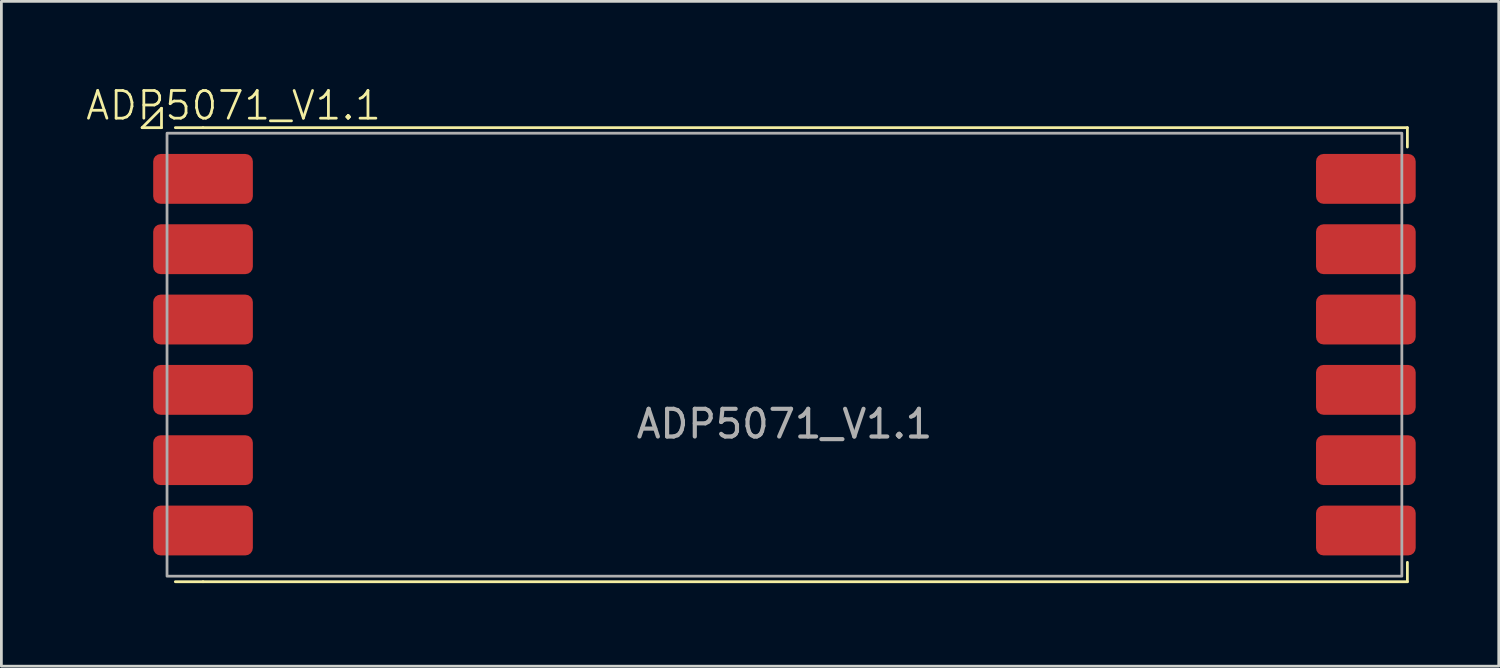
<source format=kicad_pcb>
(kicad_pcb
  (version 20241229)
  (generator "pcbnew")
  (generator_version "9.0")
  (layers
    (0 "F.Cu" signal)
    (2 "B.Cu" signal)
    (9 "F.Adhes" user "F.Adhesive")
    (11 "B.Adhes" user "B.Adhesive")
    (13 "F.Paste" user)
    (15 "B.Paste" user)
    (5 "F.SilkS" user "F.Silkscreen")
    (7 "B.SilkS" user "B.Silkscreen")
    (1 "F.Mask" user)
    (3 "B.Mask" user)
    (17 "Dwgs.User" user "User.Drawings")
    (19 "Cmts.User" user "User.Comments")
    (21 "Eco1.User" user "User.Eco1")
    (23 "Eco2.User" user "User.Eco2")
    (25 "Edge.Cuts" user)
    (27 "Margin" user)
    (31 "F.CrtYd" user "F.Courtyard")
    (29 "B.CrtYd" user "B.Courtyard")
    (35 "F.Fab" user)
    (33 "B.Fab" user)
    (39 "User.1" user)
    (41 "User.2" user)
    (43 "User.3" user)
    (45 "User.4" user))
  (footprint "ADP5071_V1.1"
    (layer "F.Cu")
    (at 25.283 9.761)
    (property "Reference" "ADP5071_V1.1" (at -19.9 -9 0) (unlocked yes) (layer "F.SilkS") (effects (font (size 1 1) (thickness 0.1))))
    (attr smd)
    (fp_line (start -23.2 -8.2) (end -22.5 -8.2) (stroke (width 0.1) (type default)) (layer "F.SilkS"))
    (fp_line (start -22.5 -8.9) (end -23.2 -8.2) (stroke (width 0.1) (type default)) (layer "F.SilkS"))
    (fp_line (start -22.5 -8.2) (end -22.5 -8.9) (stroke (width 0.1) (type default)) (layer "F.SilkS"))
    (fp_line (start -21 -8.2) (end -22 -8.2) (stroke (width 0.1) (type default)) (layer "F.SilkS"))
    (fp_line (start -21 -8.2) (end 22.5 -8.2) (stroke (width 0.1) (type default)) (layer "F.SilkS"))
    (fp_line (start -21 8.2) (end -22 8.2) (stroke (width 0.1) (type default)) (layer "F.SilkS"))
    (fp_line (start -21 8.2) (end 22.5 8.2) (stroke (width 0.1) (type default)) (layer "F.SilkS"))
    (fp_line (start 22.5 -8.2) (end 22.5 -7.5) (stroke (width 0.1) (type default)) (layer "F.SilkS"))
    (fp_line (start 22.5 7.5) (end 22.5 8.2) (stroke (width 0.1) (type default)) (layer "F.SilkS"))
    (fp_rect (start -22.3 -8) (end 22.3 8) (stroke (width 0.1) (type solid)) (fill no) (layer "F.Fab"))
    (fp_text user "${REFERENCE}" (at 0 2.5 0) (unlocked yes) (layer "F.Fab") (effects (font (size 1 1) (thickness 0.15))))
    (pad "1" smd roundrect (at -21 -6.35) (size 3.6 1.8) (layers "F.Cu" "F.Mask" "F.Paste") (roundrect_rratio 0.15))
    (pad "2" smd roundrect (at -21 -3.81) (size 3.6 1.8) (layers "F.Cu" "F.Mask" "F.Paste") (roundrect_rratio 0.15))
    (pad "3" smd roundrect (at -21 -1.27) (size 3.6 1.8) (layers "F.Cu" "F.Mask" "F.Paste") (roundrect_rratio 0.15))
    (pad "4" smd roundrect (at -21 1.27) (size 3.6 1.8) (layers "F.Cu" "F.Mask" "F.Paste") (roundrect_rratio 0.15))
    (pad "5" smd roundrect (at -21 3.81) (size 3.6 1.8) (layers "F.Cu" "F.Mask" "F.Paste") (roundrect_rratio 0.15))
    (pad "6" smd roundrect (at -21 6.35) (size 3.6 1.8) (layers "F.Cu" "F.Mask" "F.Paste") (roundrect_rratio 0.15))
    (pad "7" smd roundrect (at 21 6.35) (size 3.6 1.8) (layers "F.Cu" "F.Mask" "F.Paste") (roundrect_rratio 0.15))
    (pad "8" smd roundrect (at 21 3.81) (size 3.6 1.8) (layers "F.Cu" "F.Mask" "F.Paste") (roundrect_rratio 0.15))
    (pad "9" smd roundrect (at 21 1.27) (size 3.6 1.8) (layers "F.Cu" "F.Mask" "F.Paste") (roundrect_rratio 0.15))
    (pad "10" smd roundrect (at 21 -1.27) (size 3.6 1.8) (layers "F.Cu" "F.Mask" "F.Paste") (roundrect_rratio 0.15))
    (pad "11" smd roundrect (at 21 -3.81) (size 3.6 1.8) (layers "F.Cu" "F.Mask" "F.Paste") (roundrect_rratio 0.15))
    (pad "12" smd roundrect (at 21 -6.35) (size 3.6 1.8) (layers "F.Cu" "F.Mask" "F.Paste") (roundrect_rratio 0.15)))
  (gr_rect
    (start -3 -3)
    (end 51.083 21.011)
    (stroke (width 0.1) (type default))
    (fill no)
    (layer "Edge.Cuts")))
</source>
